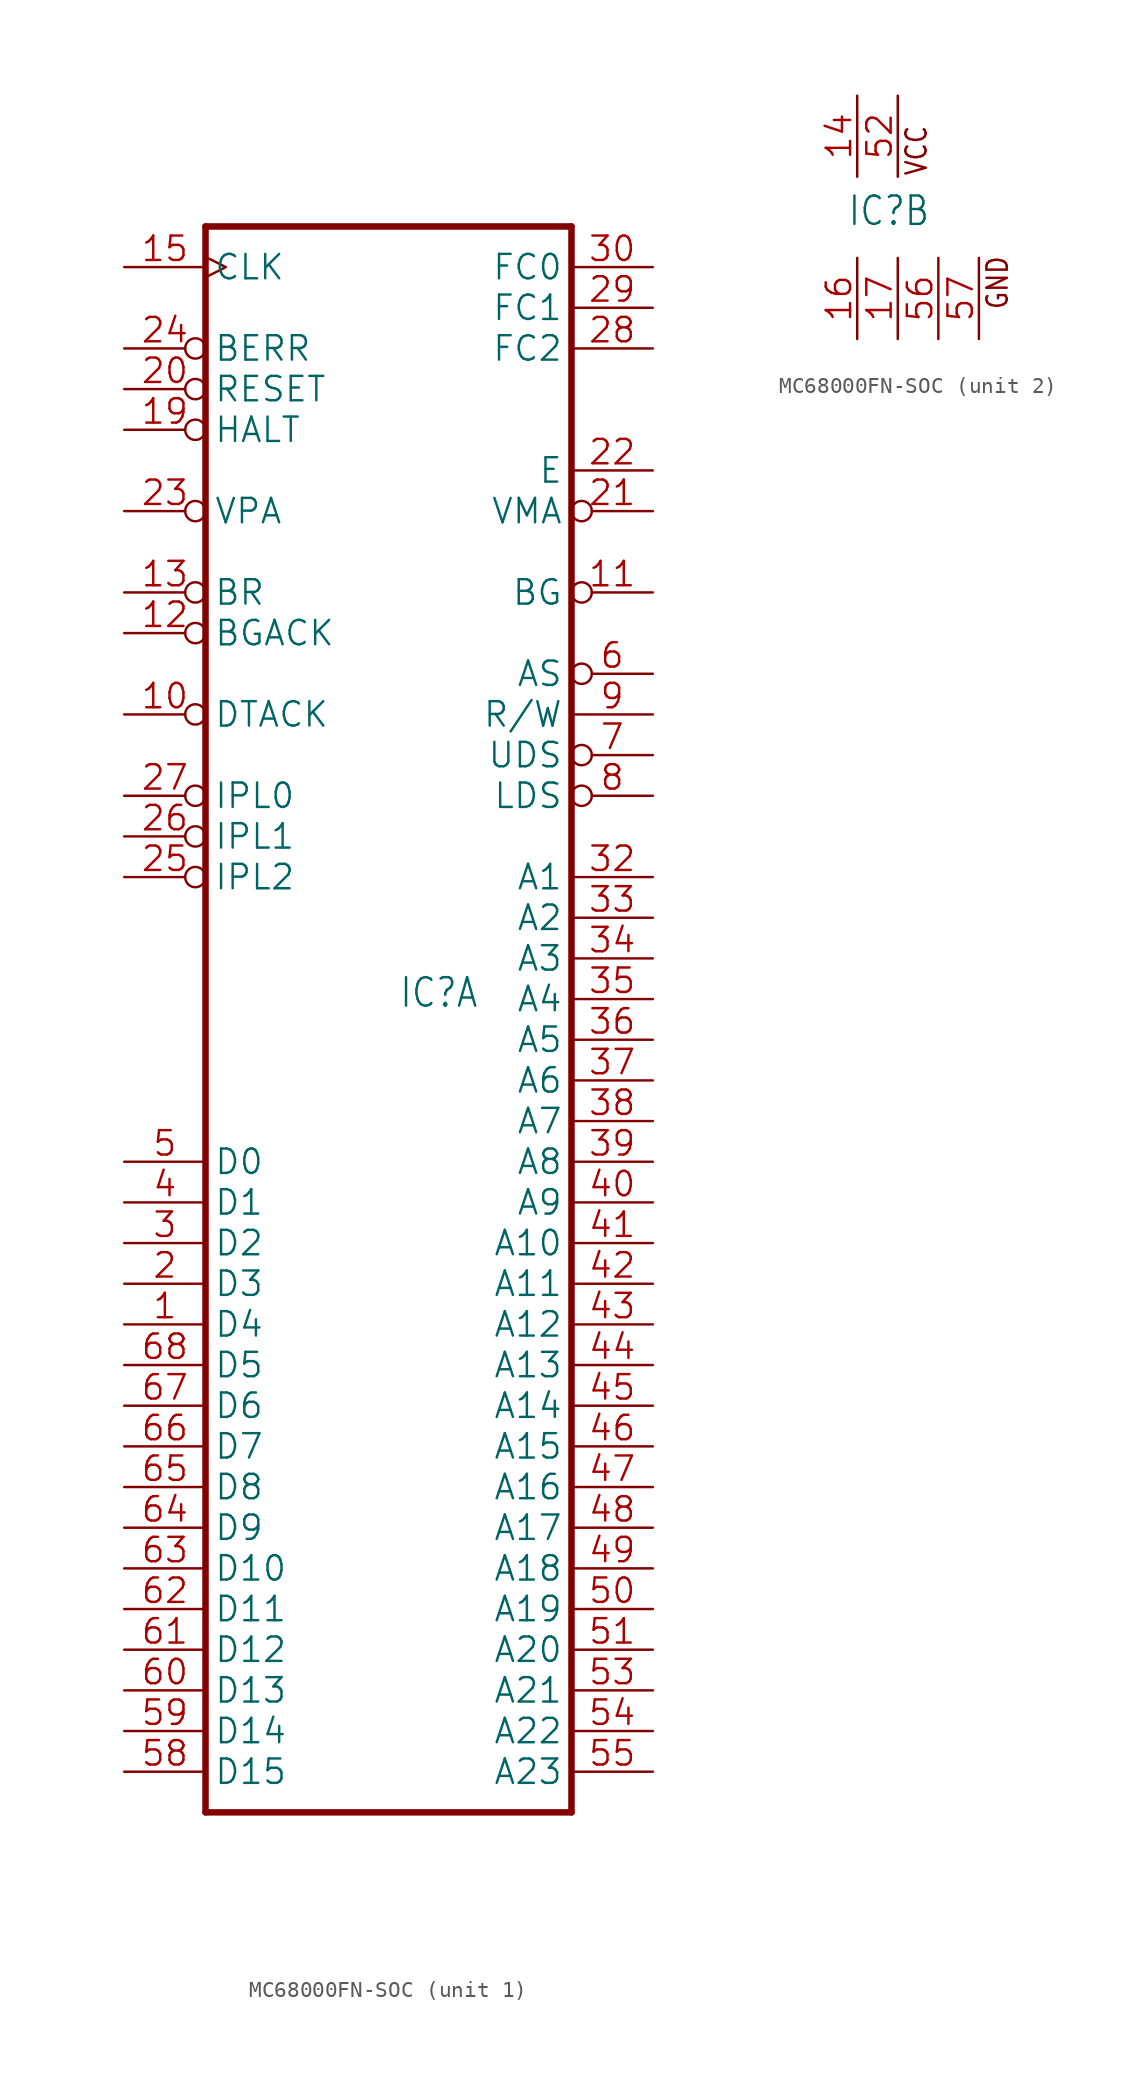
<source format=kicad_sym>
(kicad_symbol_lib
  (version 20241209)
  (generator "kicad_symbol_editor")
  (generator_version "9.0")
  (symbol "MC68000FN-SOC"
    (property "Reference" "IC"
      (at -0.635 -0.635 0)
      (effects (font (size 1.778 1.511)) (justify left bottom)))
    (property "ki_locked" ""
      (at 0 0 0)
      (effects (font (size 1.27 1.27))))
    (symbol "MC68000FN-SOC_1_0"
      (polyline (pts (xy -12.7 -50.8) (xy -12.7 48.26)) (stroke (width 0.406) (type solid)) (fill (type none)))
      (polyline (pts (xy -12.7 -50.8) (xy 10.16 -50.8)) (stroke (width 0.406) (type solid)) (fill (type none)))
      (polyline (pts (xy 10.16 48.26) (xy -12.7 48.26)) (stroke (width 0.406) (type solid)) (fill (type none)))
      (polyline (pts (xy 10.16 48.26) (xy 10.16 -50.8)) (stroke (width 0.406) (type solid)) (fill (type none)))
      (pin input clock (at -17.78 45.72 0) (length 5.08) (name "CLK" (effects (font (size 1.524 1.524)))) (number "15" (effects (font (size 1.524 1.524)))))
      (pin input inverted (at -17.78 40.64 0) (length 5.08) (name "BERR" (effects (font (size 1.524 1.524)))) (number "24" (effects (font (size 1.524 1.524)))))
      (pin bidirectional inverted (at -17.78 38.1 0) (length 5.08) (name "RESET" (effects (font (size 1.524 1.524)))) (number "20" (effects (font (size 1.524 1.524)))))
      (pin bidirectional inverted (at -17.78 35.56 0) (length 5.08) (name "HALT" (effects (font (size 1.524 1.524)))) (number "19" (effects (font (size 1.524 1.524)))))
      (pin input inverted (at -17.78 30.48 0) (length 5.08) (name "VPA" (effects (font (size 1.524 1.524)))) (number "23" (effects (font (size 1.524 1.524)))))
      (pin input inverted (at -17.78 25.4 0) (length 5.08) (name "BR" (effects (font (size 1.524 1.524)))) (number "13" (effects (font (size 1.524 1.524)))))
      (pin input inverted (at -17.78 22.86 0) (length 5.08) (name "BGACK" (effects (font (size 1.524 1.524)))) (number "12" (effects (font (size 1.524 1.524)))))
      (pin input inverted (at -17.78 17.78 0) (length 5.08) (name "DTACK" (effects (font (size 1.524 1.524)))) (number "10" (effects (font (size 1.524 1.524)))))
      (pin input inverted (at -17.78 12.7 0) (length 5.08) (name "IPL0" (effects (font (size 1.524 1.524)))) (number "27" (effects (font (size 1.524 1.524)))))
      (pin input inverted (at -17.78 10.16 0) (length 5.08) (name "IPL1" (effects (font (size 1.524 1.524)))) (number "26" (effects (font (size 1.524 1.524)))))
      (pin input inverted (at -17.78 7.62 0) (length 5.08) (name "IPL2" (effects (font (size 1.524 1.524)))) (number "25" (effects (font (size 1.524 1.524)))))
      (pin bidirectional line (at -17.78 -10.16 0) (length 5.08) (name "D0" (effects (font (size 1.524 1.524)))) (number "5" (effects (font (size 1.524 1.524)))))
      (pin bidirectional line (at -17.78 -12.7 0) (length 5.08) (name "D1" (effects (font (size 1.524 1.524)))) (number "4" (effects (font (size 1.524 1.524)))))
      (pin bidirectional line (at -17.78 -15.24 0) (length 5.08) (name "D2" (effects (font (size 1.524 1.524)))) (number "3" (effects (font (size 1.524 1.524)))))
      (pin bidirectional line (at -17.78 -17.78 0) (length 5.08) (name "D3" (effects (font (size 1.524 1.524)))) (number "2" (effects (font (size 1.524 1.524)))))
      (pin bidirectional line (at -17.78 -20.32 0) (length 5.08) (name "D4" (effects (font (size 1.524 1.524)))) (number "1" (effects (font (size 1.524 1.524)))))
      (pin bidirectional line (at -17.78 -22.86 0) (length 5.08) (name "D5" (effects (font (size 1.524 1.524)))) (number "68" (effects (font (size 1.524 1.524)))))
      (pin bidirectional line (at -17.78 -25.4 0) (length 5.08) (name "D6" (effects (font (size 1.524 1.524)))) (number "67" (effects (font (size 1.524 1.524)))))
      (pin bidirectional line (at -17.78 -27.94 0) (length 5.08) (name "D7" (effects (font (size 1.524 1.524)))) (number "66" (effects (font (size 1.524 1.524)))))
      (pin bidirectional line (at -17.78 -30.48 0) (length 5.08) (name "D8" (effects (font (size 1.524 1.524)))) (number "65" (effects (font (size 1.524 1.524)))))
      (pin bidirectional line (at -17.78 -33.02 0) (length 5.08) (name "D9" (effects (font (size 1.524 1.524)))) (number "64" (effects (font (size 1.524 1.524)))))
      (pin bidirectional line (at -17.78 -35.56 0) (length 5.08) (name "D10" (effects (font (size 1.524 1.524)))) (number "63" (effects (font (size 1.524 1.524)))))
      (pin bidirectional line (at -17.78 -38.1 0) (length 5.08) (name "D11" (effects (font (size 1.524 1.524)))) (number "62" (effects (font (size 1.524 1.524)))))
      (pin bidirectional line (at -17.78 -40.64 0) (length 5.08) (name "D12" (effects (font (size 1.524 1.524)))) (number "61" (effects (font (size 1.524 1.524)))))
      (pin bidirectional line (at -17.78 -43.18 0) (length 5.08) (name "D13" (effects (font (size 1.524 1.524)))) (number "60" (effects (font (size 1.524 1.524)))))
      (pin bidirectional line (at -17.78 -45.72 0) (length 5.08) (name "D14" (effects (font (size 1.524 1.524)))) (number "59" (effects (font (size 1.524 1.524)))))
      (pin bidirectional line (at -17.78 -48.26 0) (length 5.08) (name "D15" (effects (font (size 1.524 1.524)))) (number "58" (effects (font (size 1.524 1.524)))))
      (pin output line (at 15.24 45.72 180) (length 5.08) (name "FC0" (effects (font (size 1.524 1.524)))) (number "30" (effects (font (size 1.524 1.524)))))
      (pin output line (at 15.24 43.18 180) (length 5.08) (name "FC1" (effects (font (size 1.524 1.524)))) (number "29" (effects (font (size 1.524 1.524)))))
      (pin output line (at 15.24 40.64 180) (length 5.08) (name "FC2" (effects (font (size 1.524 1.524)))) (number "28" (effects (font (size 1.524 1.524)))))
      (pin output line (at 15.24 33.02 180) (length 5.08) (name "E" (effects (font (size 1.524 1.524)))) (number "22" (effects (font (size 1.524 1.524)))))
      (pin output inverted (at 15.24 30.48 180) (length 5.08) (name "VMA" (effects (font (size 1.524 1.524)))) (number "21" (effects (font (size 1.524 1.524)))))
      (pin output inverted (at 15.24 25.4 180) (length 5.08) (name "BG" (effects (font (size 1.524 1.524)))) (number "11" (effects (font (size 1.524 1.524)))))
      (pin output inverted (at 15.24 20.32 180) (length 5.08) (name "AS" (effects (font (size 1.524 1.524)))) (number "6" (effects (font (size 1.524 1.524)))))
      (pin output line (at 15.24 17.78 180) (length 5.08) (name "R/W" (effects (font (size 1.524 1.524)))) (number "9" (effects (font (size 1.524 1.524)))))
      (pin output inverted (at 15.24 15.24 180) (length 5.08) (name "UDS" (effects (font (size 1.524 1.524)))) (number "7" (effects (font (size 1.524 1.524)))))
      (pin output inverted (at 15.24 12.7 180) (length 5.08) (name "LDS" (effects (font (size 1.524 1.524)))) (number "8" (effects (font (size 1.524 1.524)))))
      (pin output line (at 15.24 7.62 180) (length 5.08) (name "A1" (effects (font (size 1.524 1.524)))) (number "32" (effects (font (size 1.524 1.524)))))
      (pin output line (at 15.24 5.08 180) (length 5.08) (name "A2" (effects (font (size 1.524 1.524)))) (number "33" (effects (font (size 1.524 1.524)))))
      (pin output line (at 15.24 2.54 180) (length 5.08) (name "A3" (effects (font (size 1.524 1.524)))) (number "34" (effects (font (size 1.524 1.524)))))
      (pin output line (at 15.24 0 180) (length 5.08) (name "A4" (effects (font (size 1.524 1.524)))) (number "35" (effects (font (size 1.524 1.524)))))
      (pin output line (at 15.24 -2.54 180) (length 5.08) (name "A5" (effects (font (size 1.524 1.524)))) (number "36" (effects (font (size 1.524 1.524)))))
      (pin output line (at 15.24 -5.08 180) (length 5.08) (name "A6" (effects (font (size 1.524 1.524)))) (number "37" (effects (font (size 1.524 1.524)))))
      (pin output line (at 15.24 -7.62 180) (length 5.08) (name "A7" (effects (font (size 1.524 1.524)))) (number "38" (effects (font (size 1.524 1.524)))))
      (pin output line (at 15.24 -10.16 180) (length 5.08) (name "A8" (effects (font (size 1.524 1.524)))) (number "39" (effects (font (size 1.524 1.524)))))
      (pin output line (at 15.24 -12.7 180) (length 5.08) (name "A9" (effects (font (size 1.524 1.524)))) (number "40" (effects (font (size 1.524 1.524)))))
      (pin output line (at 15.24 -15.24 180) (length 5.08) (name "A10" (effects (font (size 1.524 1.524)))) (number "41" (effects (font (size 1.524 1.524)))))
      (pin output line (at 15.24 -17.78 180) (length 5.08) (name "A11" (effects (font (size 1.524 1.524)))) (number "42" (effects (font (size 1.524 1.524)))))
      (pin output line (at 15.24 -20.32 180) (length 5.08) (name "A12" (effects (font (size 1.524 1.524)))) (number "43" (effects (font (size 1.524 1.524)))))
      (pin output line (at 15.24 -22.86 180) (length 5.08) (name "A13" (effects (font (size 1.524 1.524)))) (number "44" (effects (font (size 1.524 1.524)))))
      (pin output line (at 15.24 -25.4 180) (length 5.08) (name "A14" (effects (font (size 1.524 1.524)))) (number "45" (effects (font (size 1.524 1.524)))))
      (pin output line (at 15.24 -27.94 180) (length 5.08) (name "A15" (effects (font (size 1.524 1.524)))) (number "46" (effects (font (size 1.524 1.524)))))
      (pin output line (at 15.24 -30.48 180) (length 5.08) (name "A16" (effects (font (size 1.524 1.524)))) (number "47" (effects (font (size 1.524 1.524)))))
      (pin output line (at 15.24 -33.02 180) (length 5.08) (name "A17" (effects (font (size 1.524 1.524)))) (number "48" (effects (font (size 1.524 1.524)))))
      (pin output line (at 15.24 -35.56 180) (length 5.08) (name "A18" (effects (font (size 1.524 1.524)))) (number "49" (effects (font (size 1.524 1.524)))))
      (pin output line (at 15.24 -38.1 180) (length 5.08) (name "A19" (effects (font (size 1.524 1.524)))) (number "50" (effects (font (size 1.524 1.524)))))
      (pin output line (at 15.24 -40.64 180) (length 5.08) (name "A20" (effects (font (size 1.524 1.524)))) (number "51" (effects (font (size 1.524 1.524)))))
      (pin output line (at 15.24 -43.18 180) (length 5.08) (name "A21" (effects (font (size 1.524 1.524)))) (number "53" (effects (font (size 1.524 1.524)))))
      (pin output line (at 15.24 -45.72 180) (length 5.08) (name "A22" (effects (font (size 1.524 1.524)))) (number "54" (effects (font (size 1.524 1.524)))))
      (pin output line (at 15.24 -48.26 180) (length 5.08) (name "A23" (effects (font (size 1.524 1.524)))) (number "55" (effects (font (size 1.524 1.524))))))
    (symbol "MC68000FN-SOC_2_0"
      (text "VCC" (at 4.445 2.54 900) (effects (font (size 1.27 1.079)) (justify left bottom)))
      (text "GND" (at 9.525 -5.842 900) (effects (font (size 1.27 1.079)) (justify left bottom)))
      (pin power_in line (at 0 7.62 270) (length 5.08) (name "VCC@1" (effects (font (size 0 0)))) (number "14" (effects (font (size 1.524 1.524)))))
      (pin power_in line (at 0 -7.62 90) (length 5.08) (name "GND@1" (effects (font (size 0 0)))) (number "16" (effects (font (size 1.524 1.524)))))
      (pin power_in line (at 2.54 7.62 270) (length 5.08) (name "VCC@2" (effects (font (size 0 0)))) (number "52" (effects (font (size 1.524 1.524)))))
      (pin power_in line (at 2.54 -7.62 90) (length 5.08) (name "GND@2" (effects (font (size 0 0)))) (number "17" (effects (font (size 1.524 1.524)))))
      (pin power_in line (at 5.08 -7.62 90) (length 5.08) (name "GND@3" (effects (font (size 0 0)))) (number "56" (effects (font (size 1.524 1.524)))))
      (pin power_in line (at 7.62 -7.62 90) (length 5.08) (name "GND@4" (effects (font (size 0 0)))) (number "57" (effects (font (size 1.524 1.524))))))))
</source>
